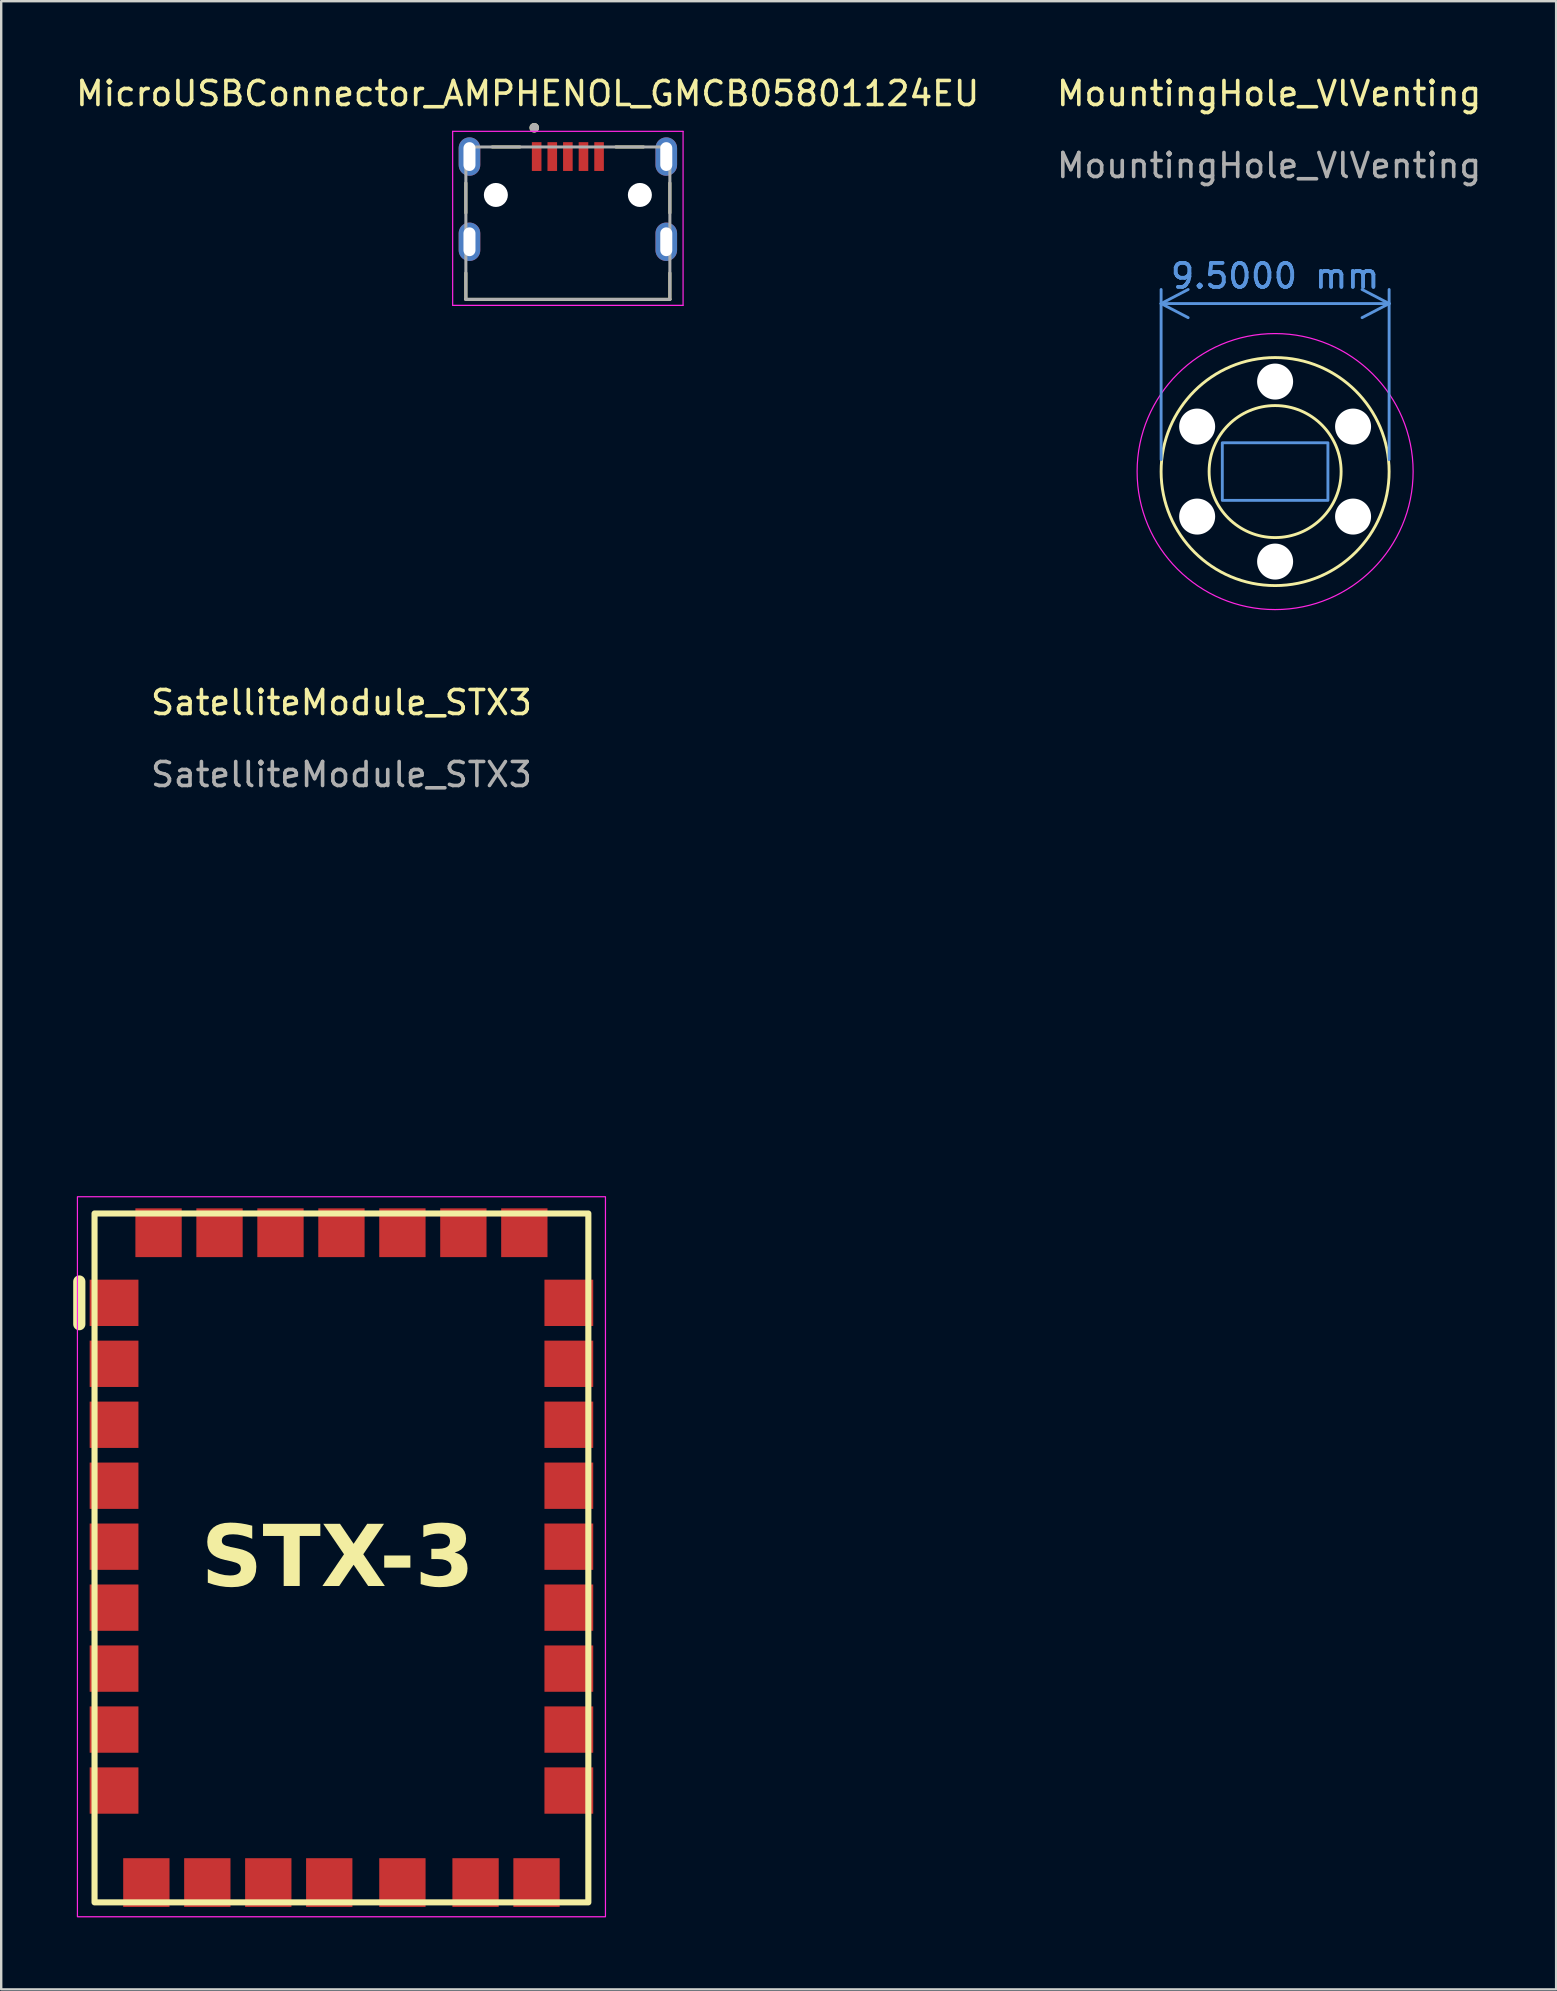
<source format=kicad_pcb>
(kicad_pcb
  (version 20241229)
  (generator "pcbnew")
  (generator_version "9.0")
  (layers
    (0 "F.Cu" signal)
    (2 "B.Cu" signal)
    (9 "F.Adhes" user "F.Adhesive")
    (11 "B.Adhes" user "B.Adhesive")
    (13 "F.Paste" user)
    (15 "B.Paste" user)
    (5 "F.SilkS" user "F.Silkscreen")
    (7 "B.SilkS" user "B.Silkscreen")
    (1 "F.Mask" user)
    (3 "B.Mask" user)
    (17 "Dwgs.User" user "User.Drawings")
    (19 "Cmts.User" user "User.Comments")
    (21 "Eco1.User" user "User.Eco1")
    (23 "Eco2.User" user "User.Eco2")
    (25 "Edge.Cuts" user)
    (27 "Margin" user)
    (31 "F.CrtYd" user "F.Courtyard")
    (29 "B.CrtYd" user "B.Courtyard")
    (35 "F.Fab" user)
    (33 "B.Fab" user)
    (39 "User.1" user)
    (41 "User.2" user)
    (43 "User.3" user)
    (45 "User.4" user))
  (footprint "MicroUSBConnector_AMPHENOL_GMCB05801124EU"
    (layer "F.Cu")
    (at 20.61 5.073)
    (property "Reference" "MicroUSBConnector_AMPHENOL_GMCB05801124EU" (at -1.675 -4.225 0) (layer "F.SilkS") (effects (font (size 1 1) (thickness 0.15))))
    (attr through_hole)
    (fp_line (start -4.25 -0.5) (end -4.25 0.75) (stroke (width 0.127) (type solid)) (layer "F.SilkS"))
    (fp_line (start -4.25 3.25) (end -4.25 4.35) (stroke (width 0.127) (type solid)) (layer "F.SilkS"))
    (fp_line (start -4.25 4.35) (end 4.25 4.35) (stroke (width 0.127) (type solid)) (layer "F.SilkS"))
    (fp_line (start -3.15 -2) (end -2 -2) (stroke (width 0.127) (type solid)) (layer "F.SilkS"))
    (fp_line (start 2 -2) (end 3.15 -2) (stroke (width 0.127) (type solid)) (layer "F.SilkS"))
    (fp_line (start 4.25 -0.5) (end 4.25 0.75) (stroke (width 0.127) (type solid)) (layer "F.SilkS"))
    (fp_line (start 4.25 4.35) (end 4.25 3.25) (stroke (width 0.127) (type solid)) (layer "F.SilkS"))
    (fp_circle (center -1.4 -2.8) (end -1.3 -2.8) (stroke (width 0.2) (type solid)) (fill no) (layer "F.SilkS"))
    (fp_line (start -4.8 -2.65) (end 4.8 -2.65) (stroke (width 0.05) (type solid)) (layer "F.CrtYd"))
    (fp_line (start -4.8 4.6) (end -4.8 -2.65) (stroke (width 0.05) (type solid)) (layer "F.CrtYd"))
    (fp_line (start 4.8 -2.65) (end 4.8 4.6) (stroke (width 0.05) (type solid)) (layer "F.CrtYd"))
    (fp_line (start 4.8 4.6) (end -4.8 4.6) (stroke (width 0.05) (type solid)) (layer "F.CrtYd"))
    (fp_line (start -4.25 -2) (end 4.25 -2) (stroke (width 0.127) (type solid)) (layer "F.Fab"))
    (fp_line (start -4.25 4.35) (end -4.25 -2) (stroke (width 0.127) (type solid)) (layer "F.Fab"))
    (fp_line (start 4.25 -2) (end 4.25 4.35) (stroke (width 0.127) (type solid)) (layer "F.Fab"))
    (fp_line (start 4.25 4.35) (end -4.25 4.35) (stroke (width 0.127) (type solid)) (layer "F.Fab"))
    (fp_circle (center -1.4 -2.8) (end -1.3 -2.8) (stroke (width 0.2) (type solid)) (fill no) (layer "F.Fab"))
    (pad "" np_thru_hole circle (at -3 0) (size 1 1) (drill 1) (layers "*.Cu" "*.Mask"))
    (pad "" np_thru_hole circle (at 3 0) (size 1 1) (drill 1) (layers "*.Cu" "*.Mask"))
    (pad "1" smd rect (at -1.3 -1.6) (size 0.4 1.2) (layers "F.Cu" "F.Mask" "F.Paste"))
    (pad "2" smd rect (at -0.65 -1.6) (size 0.4 1.2) (layers "F.Cu" "F.Mask" "F.Paste"))
    (pad "3" smd rect (at 0 -1.6) (size 0.4 1.2) (layers "F.Cu" "F.Mask" "F.Paste"))
    (pad "4" smd rect (at 0.65 -1.6) (size 0.4 1.2) (layers "F.Cu" "F.Mask" "F.Paste"))
    (pad "5" smd rect (at 1.3 -1.6) (size 0.4 1.2) (layers "F.Cu" "F.Mask" "F.Paste"))
    (pad "6" thru_hole oval (at -4.1 -1.6) (size 0.9 1.6) (drill oval 0.5 1.2) (layers "*.Cu" "*.Mask"))
    (pad "6" thru_hole oval (at -4.1 1.95) (size 0.9 1.6) (drill oval 0.5 1.2) (layers "*.Cu" "*.Mask"))
    (pad "6" thru_hole oval (at 4.1 -1.6) (size 0.9 1.6) (drill oval 0.5 1.2) (layers "*.Cu" "*.Mask"))
    (pad "6" thru_hole oval (at 4.1 1.95) (size 0.9 1.6) (drill oval 0.5 1.2) (layers "*.Cu" "*.Mask")))
  (footprint "SatelliteModule_STX3"
    (layer "F.Cu")
    (at 11.176 48.311)
    (property "Reference" "SatelliteModule_STX3" (at 0 -22.089 0) (unlocked yes) (layer "F.SilkS") (effects (font (size 1 1) (thickness 0.15))))
    (attr smd)
    (fp_line (start -10.922 2.032) (end -10.922 3.81) (stroke (width 0.508) (type default)) (layer "F.SilkS"))
    (fp_rect (start -10.287 -0.802) (end 10.287 27.9) (stroke (width 0.254) (type default)) (fill no) (layer "F.SilkS"))
    (fp_rect (start -11 -1.5) (end 11 28.5) (stroke (width 0.05) (type default)) (fill no) (layer "F.CrtYd"))
    (fp_text user "STX-3" (at -0.154 13.664 0) (unlocked yes) (layer "F.SilkS") (effects (font (face "Segoe UI") (size 2.54 2.54) (thickness 0.508) (bold yes))))
    (fp_text user "${REFERENCE}" (at 0 -19.089 0) (unlocked yes) (layer "F.Fab") (effects (font (size 1 1) (thickness 0.15))))
    (pad "1" smd rect (at -9.474 2.921) (size 2.032 1.93) (layers "F.Cu" "F.Mask" "F.Paste"))
    (pad "2" smd rect (at -9.474 5.461) (size 2.032 1.93) (layers "F.Cu" "F.Mask" "F.Paste"))
    (pad "3" smd rect (at -9.474 8.001) (size 2.032 1.93) (layers "F.Cu" "F.Mask" "F.Paste"))
    (pad "4" smd rect (at -9.474 10.541) (size 2.032 1.93) (layers "F.Cu" "F.Mask" "F.Paste"))
    (pad "5" smd rect (at -9.474 13.081) (size 2.032 1.93) (layers "F.Cu" "F.Mask" "F.Paste"))
    (pad "6" smd rect (at -9.474 15.621) (size 2.032 1.93) (layers "F.Cu" "F.Mask" "F.Paste"))
    (pad "7" smd rect (at -9.474 18.161) (size 2.032 1.93) (layers "F.Cu" "F.Mask" "F.Paste"))
    (pad "8" smd rect (at -9.474 20.701) (size 2.032 1.93) (layers "F.Cu" "F.Mask" "F.Paste"))
    (pad "9" smd rect (at -9.474 23.241) (size 2.032 1.93) (layers "F.Cu" "F.Mask" "F.Paste"))
    (pad "10" smd rect (at -8.128 27.076 90) (size 2.032 1.93) (layers "F.Cu" "F.Mask" "F.Paste"))
    (pad "11" smd rect (at -5.588 27.076 90) (size 2.032 1.93) (layers "F.Cu" "F.Mask" "F.Paste"))
    (pad "12" smd rect (at -3.048 27.076 90) (size 2.032 1.93) (layers "F.Cu" "F.Mask" "F.Paste"))
    (pad "13" smd rect (at -0.508 27.076 90) (size 2.032 1.93) (layers "F.Cu" "F.Mask" "F.Paste"))
    (pad "14" smd rect (at 2.54 27.076 90) (size 2.032 1.93) (layers "F.Cu" "F.Mask" "F.Paste"))
    (pad "15" smd rect (at 5.588 27.076 90) (size 2.032 1.93) (layers "F.Cu" "F.Mask" "F.Paste"))
    (pad "16" smd rect (at 8.128 27.076 90) (size 2.032 1.93) (layers "F.Cu" "F.Mask" "F.Paste"))
    (pad "17" smd rect (at 9.474 23.241) (size 2.032 1.93) (layers "F.Cu" "F.Mask" "F.Paste"))
    (pad "18" smd rect (at 9.474 20.701) (size 2.032 1.93) (layers "F.Cu" "F.Mask" "F.Paste"))
    (pad "19" smd rect (at 9.474 18.161) (size 2.032 1.93) (layers "F.Cu" "F.Mask" "F.Paste"))
    (pad "20" smd rect (at 9.474 15.621) (size 2.032 1.93) (layers "F.Cu" "F.Mask" "F.Paste"))
    (pad "21" smd rect (at 9.474 13.081) (size 2.032 1.93) (layers "F.Cu" "F.Mask" "F.Paste"))
    (pad "22" smd rect (at 9.474 10.541) (size 2.032 1.93) (layers "F.Cu" "F.Mask" "F.Paste"))
    (pad "23" smd rect (at 9.474 8.001) (size 2.032 1.93) (layers "F.Cu" "F.Mask" "F.Paste"))
    (pad "24" smd rect (at 9.474 5.461) (size 2.032 1.93) (layers "F.Cu" "F.Mask" "F.Paste"))
    (pad "25" smd rect (at 9.474 2.921) (size 2.032 1.93) (layers "F.Cu" "F.Mask" "F.Paste"))
    (pad "26" smd rect (at 7.62 0 90) (size 2.032 1.93) (layers "F.Cu" "F.Mask" "F.Paste"))
    (pad "27" smd rect (at 5.08 0 90) (size 2.032 1.93) (layers "F.Cu" "F.Mask" "F.Paste"))
    (pad "28" smd rect (at 2.54 0 90) (size 2.032 1.93) (layers "F.Cu" "F.Mask" "F.Paste"))
    (pad "29" smd rect (at 0 0 90) (size 2.032 1.93) (layers "F.Cu" "F.Mask" "F.Paste"))
    (pad "30" smd rect (at -2.54 0 90) (size 2.032 1.93) (layers "F.Cu" "F.Mask" "F.Paste"))
    (pad "31" smd rect (at -5.08 0 90) (size 2.032 1.93) (layers "F.Cu" "F.Mask" "F.Paste"))
    (pad "32" smd rect (at -7.62 0 90) (size 2.032 1.93) (layers "F.Cu" "F.Mask" "F.Paste")))
  (footprint "MountingHole_VlVenting"
    (layer "F.Cu")
    (at 50.077 16.598)
    (property "Reference" "MountingHole_VlVenting" (at -0.25 -15.75 0) (unlocked yes) (layer "F.SilkS") (effects (font (size 1 1) (thickness 0.15))))
    (attr smd)
    (fp_circle (center 0 0) (end 2.75 0) (stroke (width 0.12) (type default)) (fill no) (layer "F.SilkS"))
    (fp_circle (center 0 0) (end 4.75 0) (stroke (width 0.12) (type default)) (fill no) (layer "F.SilkS"))
    (fp_rect (start -2.2 -1.2) (end 2.2 1.2) (stroke (width 0.12) (type default)) (fill no) (layer "Cmts.User"))
    (fp_circle (center 0 0) (end 5.75 0) (stroke (width 0.05) (type default)) (fill no) (layer "F.CrtYd"))
    (fp_text user "${REFERENCE}" (at -0.25 -12.75 0) (unlocked yes) (layer "F.Fab") (effects (font (size 1 1) (thickness 0.15))))
    (dimension (type aligned) (layer "Cmts.User") (pts (xy 45.327 16.598) (xy 54.827 16.598)) (height -7) (format (prefix "") (suffix "") (units 3) (units_format 1) (precision 4)) (style (thickness 0.12) (arrow_length 1.27) (text_position_mode 0) (arrow_direction outward) (extension_height 0.586) (extension_offset 0.5) (keep_text_aligned yes)) (gr_text "9.5000 mm" (at 50.077 8.448 0) (layer "Cmts.User") (effects (font (size 1 1) (thickness 0.15)))))
    (pad "" np_thru_hole circle (at -3.248 -1.875) (size 1.5 1.5) (drill 1.5) (layers "*.Cu" "*.Mask"))
    (pad "" np_thru_hole circle (at -3.248 1.875) (size 1.5 1.5) (drill 1.5) (layers "*.Cu" "*.Mask"))
    (pad "" np_thru_hole circle (at 0 -3.75) (size 1.5 1.5) (drill 1.5) (layers "*.Cu" "*.Mask"))
    (pad "" np_thru_hole circle (at 0 3.75) (size 1.5 1.5) (drill 1.5) (layers "*.Cu" "*.Mask"))
    (pad "" np_thru_hole circle (at 3.248 -1.875) (size 1.5 1.5) (drill 1.5) (layers "*.Cu" "*.Mask"))
    (pad "" np_thru_hole circle (at 3.248 1.875) (size 1.5 1.5) (drill 1.5) (layers "*.Cu" "*.Mask")))
  (gr_rect
    (start -3 -3)
    (end 61.786 79.836)
    (stroke (width 0.1) (type default))
    (fill no)
    (layer "Edge.Cuts")))
</source>
